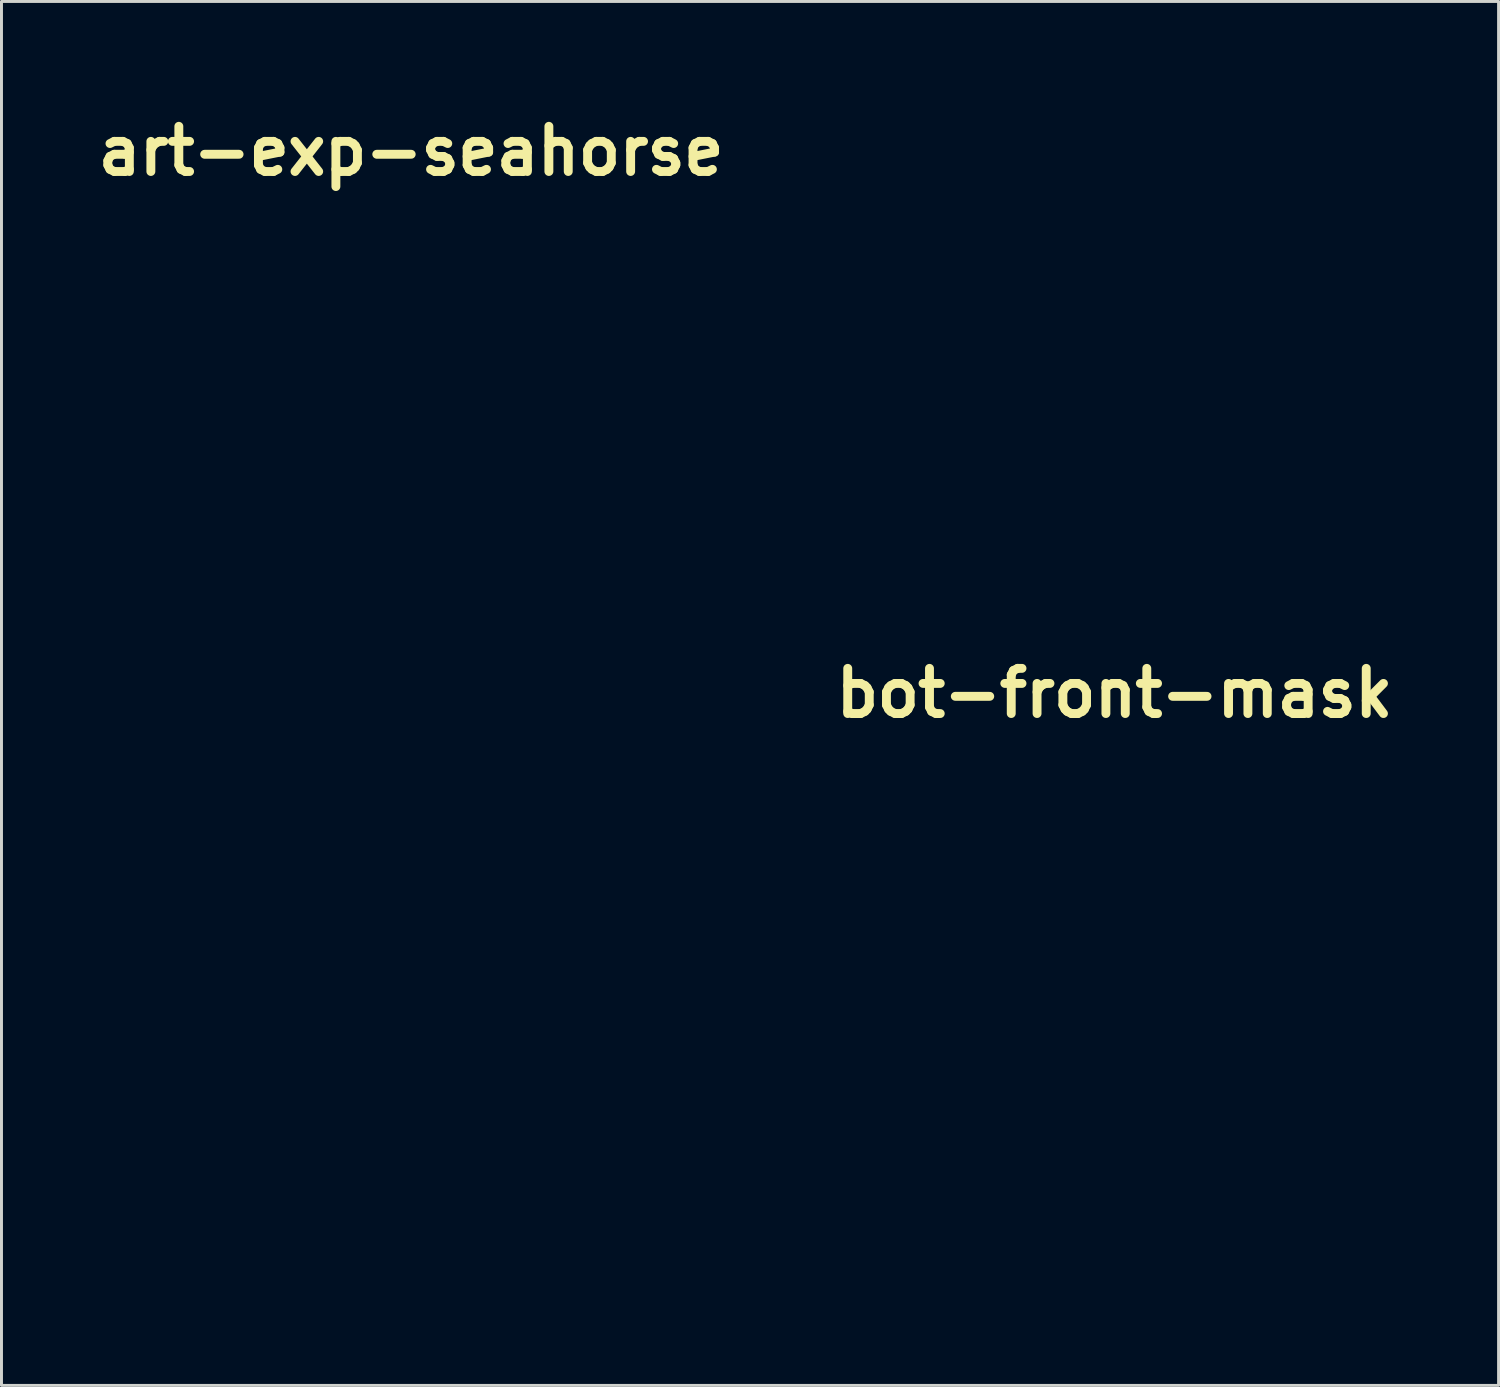
<source format=kicad_pcb>
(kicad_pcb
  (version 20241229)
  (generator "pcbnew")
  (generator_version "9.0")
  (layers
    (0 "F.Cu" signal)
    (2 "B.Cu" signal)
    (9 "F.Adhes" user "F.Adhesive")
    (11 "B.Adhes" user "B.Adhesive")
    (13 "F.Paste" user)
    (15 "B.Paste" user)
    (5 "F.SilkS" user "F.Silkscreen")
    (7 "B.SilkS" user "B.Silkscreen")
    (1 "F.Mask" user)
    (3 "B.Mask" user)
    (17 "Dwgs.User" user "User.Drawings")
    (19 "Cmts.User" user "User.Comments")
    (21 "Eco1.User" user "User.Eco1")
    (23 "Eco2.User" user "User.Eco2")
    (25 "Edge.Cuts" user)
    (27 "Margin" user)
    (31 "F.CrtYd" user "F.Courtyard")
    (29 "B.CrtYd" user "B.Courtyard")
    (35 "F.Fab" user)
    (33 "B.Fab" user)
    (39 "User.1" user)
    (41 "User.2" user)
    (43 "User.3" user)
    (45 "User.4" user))
  (footprint "bot-front-mask"
    (layer "F.Cu")
    (at 34.544 20.329)
    (property "Reference" "bot-front-mask" (at 0 0 0) (layer "F.SilkS") (effects (font (size 1.524 1.524) (thickness 0.3))))
    (attr through_hole)
    (fp_poly (pts (xy -9.65 18.538) (xy -9.568 18.635) (xy -9.516 18.708) (xy -9.396 18.867) (xy -9.247 19.042) (xy -9.162 19.131) (xy -9.024 19.283) (xy -8.961 19.381) (xy -8.974 19.434) (xy -9.057 19.45) (xy -9.12 19.459) (xy -9.146 19.505) (xy -9.144 19.612) (xy -9.137 19.684) (xy -9.08 19.891) (xy -8.97 20.015) (xy -8.811 20.052) (xy -8.608 20.002) (xy -8.543 19.971) (xy -8.416 19.919) (xy -8.363 19.933) (xy -8.381 20.013) (xy -8.397 20.044) (xy -8.423 20.131) (xy -8.368 20.19) (xy -8.351 20.2) (xy -8.267 20.267) (xy -8.26 20.324) (xy -8.333 20.347) (xy -8.338 20.347) (xy -8.429 20.333) (xy -8.583 20.301) (xy -8.75 20.259) (xy -9.073 20.146) (xy -9.325 19.987) (xy -9.533 19.765) (xy -9.549 19.743) (xy -9.69 19.549) (xy -9.744 19.703) (xy -9.793 19.799) (xy -9.844 19.828) (xy -9.849 19.826) (xy -9.883 19.757) (xy -9.898 19.633) (xy -9.893 19.497) (xy -9.869 19.393) (xy -9.855 19.372) (xy -9.837 19.296) (xy -9.846 19.148) (xy -9.863 19.041) (xy -9.889 18.866) (xy -9.887 18.752) (xy -9.852 18.661) (xy -9.832 18.628) (xy -9.759 18.538) (xy -9.702 18.5) (xy -9.65 18.538)) (stroke (width 0.01) (type solid)) (fill yes) (layer "F.Mask"))
    (fp_poly (pts (xy 7.456 -20.28) (xy 7.468 -20.169) (xy 7.462 -20.013) (xy 7.947 -19.98) (xy 8.166 -19.969) (xy 8.353 -19.966) (xy 8.482 -19.972) (xy 8.519 -19.98) (xy 8.621 -19.972) (xy 8.665 -19.932) (xy 8.746 -19.878) (xy 8.899 -19.818) (xy 9.099 -19.758) (xy 9.319 -19.706) (xy 9.532 -19.667) (xy 9.712 -19.65) (xy 9.733 -19.65) (xy 9.878 -19.639) (xy 9.943 -19.604) (xy 9.95 -19.575) (xy 9.909 -19.511) (xy 9.865 -19.5) (xy 9.81 -19.486) (xy 9.84 -19.44) (xy 9.891 -19.356) (xy 9.894 -19.28) (xy 9.854 -19.25) (xy 9.788 -19.279) (xy 9.685 -19.35) (xy 9.666 -19.365) (xy 9.46 -19.48) (xy 9.178 -19.557) (xy 8.839 -19.593) (xy 8.675 -19.594) (xy 8.427 -19.576) (xy 8.217 -19.524) (xy 8.015 -19.438) (xy 7.853 -19.356) (xy 7.77 -19.301) (xy 7.749 -19.258) (xy 7.777 -19.216) (xy 7.837 -19.135) (xy 7.85 -19.096) (xy 7.809 -19.057) (xy 7.706 -19.053) (xy 7.572 -19.08) (xy 7.436 -19.136) (xy 7.411 -19.15) (xy 7.235 -19.222) (xy 7.001 -19.249) (xy 6.949 -19.25) (xy 6.791 -19.253) (xy 6.683 -19.261) (xy 6.65 -19.271) (xy 6.634 -19.33) (xy 6.619 -19.372) (xy 6.636 -19.455) (xy 6.733 -19.59) (xy 6.857 -19.721) (xy 7.005 -19.879) (xy 7.137 -20.035) (xy 7.225 -20.156) (xy 7.226 -20.158) (xy 7.323 -20.283) (xy 7.403 -20.324) (xy 7.456 -20.28)) (stroke (width 0.01) (type solid)) (fill yes) (layer "F.Mask")))
  (footprint "art-exp-seahorse"
    (layer "F.Cu")
    (at 10.82 2.045)
    (property "Reference" "art-exp-seahorse" (at 0 0 0) (layer "F.SilkS") (effects (font (size 1.524 1.524) (thickness 0.3))))
    (attr through_hole)
    (fp_poly (pts (xy 0.29 -2.029) (xy 0.3 -1.975) (xy 0.345 -1.915) (xy 0.45 -1.9) (xy 0.557 -1.887) (xy 0.596 -1.829) (xy 0.6 -1.775) (xy 0.623 -1.678) (xy 0.703 -1.65) (xy 0.765 -1.64) (xy 0.788 -1.592) (xy 0.78 -1.481) (xy 0.773 -1.431) (xy 0.763 -1.269) (xy 0.789 -1.183) (xy 0.795 -1.178) (xy 0.849 -1.102) (xy 0.841 -1.013) (xy 0.78 -0.955) (xy 0.75 -0.95) (xy 0.664 -0.926) (xy 0.664 -0.868) (xy 0.738 -0.804) (xy 0.781 -0.77) (xy 0.744 -0.755) (xy 0.662 -0.752) (xy 0.55 -0.739) (xy 0.506 -0.689) (xy 0.5 -0.625) (xy 0.517 -0.531) (xy 0.55 -0.5) (xy 0.599 -0.538) (xy 0.6 -0.55) (xy 0.633 -0.599) (xy 0.709 -0.593) (xy 0.795 -0.544) (xy 0.848 -0.479) (xy 0.888 -0.352) (xy 0.899 -0.195) (xy 0.886 -0.028) (xy 0.854 0.128) (xy 0.807 0.25) (xy 0.75 0.317) (xy 0.688 0.307) (xy 0.682 0.302) (xy 0.586 0.251) (xy 0.496 0.265) (xy 0.451 0.337) (xy 0.45 0.35) (xy 0.481 0.431) (xy 0.525 0.45) (xy 0.592 0.475) (xy 0.6 0.496) (xy 0.63 0.561) (xy 0.704 0.665) (xy 0.731 0.698) (xy 0.811 0.801) (xy 0.831 0.865) (xy 0.797 0.925) (xy 0.777 0.947) (xy 0.721 1.021) (xy 0.736 1.063) (xy 0.774 1.087) (xy 0.824 1.163) (xy 0.822 1.277) (xy 0.778 1.384) (xy 0.717 1.435) (xy 0.674 1.472) (xy 0.71 1.537) (xy 0.739 1.599) (xy 0.701 1.664) (xy 0.636 1.72) (xy 0.543 1.819) (xy 0.5 1.912) (xy 0.5 1.919) (xy 0.486 1.975) (xy 0.425 1.991) (xy 0.305 1.976) (xy 0.158 1.966) (xy 0.08 1.993) (xy 0.077 1.996) (xy -0.002 2.047) (xy -0.111 2.016) (xy -0.19 1.949) (xy -0.311 1.873) (xy -0.404 1.862) (xy -0.487 1.857) (xy -0.526 1.8) (xy -0.541 1.7) (xy -0.579 1.549) (xy -0.649 1.427) (xy -0.651 1.425) (xy -0.701 1.364) (xy -0.706 1.312) (xy -0.659 1.243) (xy -0.55 1.131) (xy -0.408 1.01) (xy -0.304 0.964) (xy -0.277 0.967) (xy -0.211 1.034) (xy -0.209 1.124) (xy -0.25 1.175) (xy -0.294 1.252) (xy -0.293 1.368) (xy -0.251 1.473) (xy -0.228 1.497) (xy -0.118 1.538) (xy 0.026 1.536) (xy 0.156 1.495) (xy 0.215 1.445) (xy 0.239 1.318) (xy 0.191 1.16) (xy 0.082 0.99) (xy -0.073 0.825) (xy -0.262 0.687) (xy -0.341 0.644) (xy -0.462 0.552) (xy -0.573 0.41) (xy -0.666 0.24) (xy -0.731 0.067) (xy -0.757 -0.085) (xy -0.734 -0.194) (xy -0.706 -0.221) (xy -0.666 -0.285) (xy -0.635 -0.39) (xy -0.584 -0.504) (xy -0.485 -0.647) (xy -0.403 -0.741) (xy -0.262 -0.908) (xy -0.209 -1.035) (xy -0.244 -1.129) (xy -0.371 -1.199) (xy -0.463 -1.226) (xy -0.562 -1.264) (xy -0.6 -1.301) (xy -0.643 -1.339) (xy -0.747 -1.374) (xy -0.75 -1.375) (xy -0.857 -1.413) (xy -0.895 -1.48) (xy -0.877 -1.606) (xy -0.87 -1.632) (xy -0.833 -1.699) (xy -0.75 -1.738) (xy -0.594 -1.762) (xy -0.585 -1.763) (xy -0.436 -1.787) (xy -0.335 -1.821) (xy -0.31 -1.844) (xy -0.253 -1.883) (xy -0.138 -1.9) (xy -0.13 -1.9) (xy 0.016 -1.923) (xy 0.128 -1.973) (xy 0.236 -2.04) (xy 0.29 -2.029)) (stroke (width 0.01) (type solid)) (fill yes) (layer "F.Mask")))
  (gr_rect
    (start -3 -3)
    (end 47.499 43.681)
    (stroke (width 0.1) (type default))
    (fill no)
    (layer "Edge.Cuts")))
</source>
